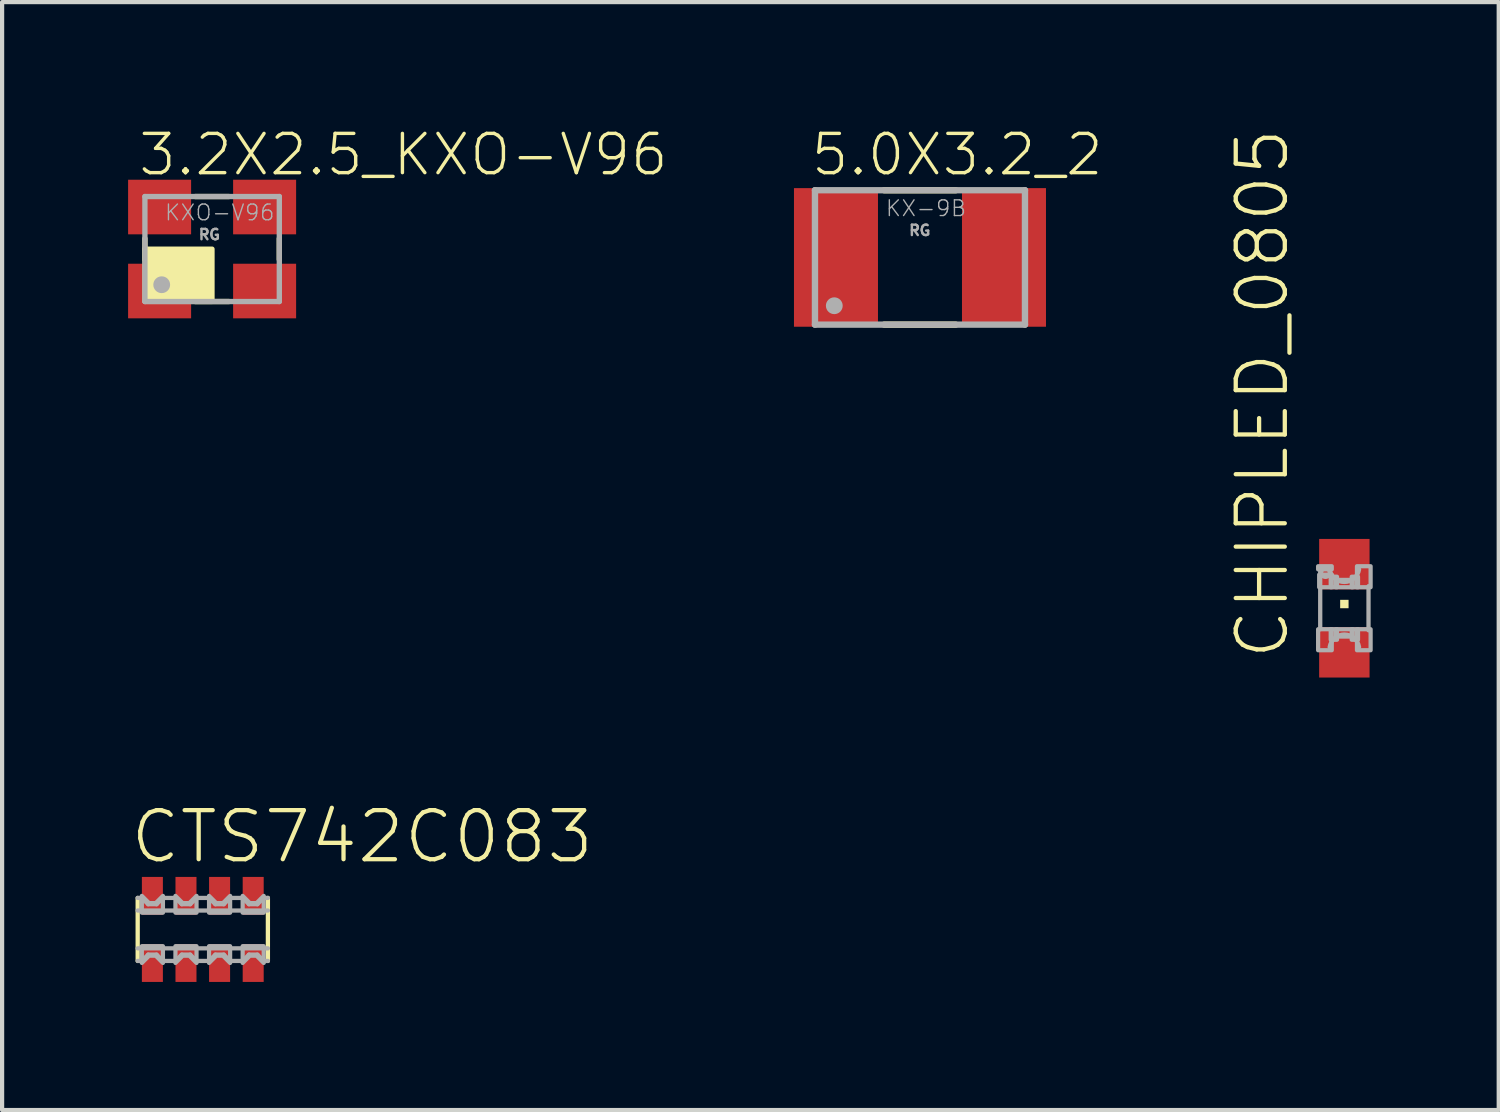
<source format=kicad_pcb>
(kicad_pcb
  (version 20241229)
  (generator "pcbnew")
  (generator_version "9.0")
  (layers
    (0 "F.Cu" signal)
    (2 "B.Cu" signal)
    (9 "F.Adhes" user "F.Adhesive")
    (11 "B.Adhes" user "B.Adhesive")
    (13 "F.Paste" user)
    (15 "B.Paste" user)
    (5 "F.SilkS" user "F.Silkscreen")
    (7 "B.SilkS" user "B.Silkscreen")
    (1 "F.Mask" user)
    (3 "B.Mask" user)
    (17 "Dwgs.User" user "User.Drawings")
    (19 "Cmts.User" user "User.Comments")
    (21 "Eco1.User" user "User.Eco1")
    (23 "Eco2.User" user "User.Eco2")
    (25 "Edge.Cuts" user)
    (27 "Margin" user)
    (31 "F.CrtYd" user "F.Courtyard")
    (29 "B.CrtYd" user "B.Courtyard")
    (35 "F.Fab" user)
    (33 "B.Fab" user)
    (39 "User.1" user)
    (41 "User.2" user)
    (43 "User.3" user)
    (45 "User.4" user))
  (footprint "CTS742C083"
    (layer "F.Cu")
    (at 1.778 19.078)
    (property "Reference" "CTS742C083" (at -1.778 -1.524 0) (layer "F.SilkS") (effects (font (size 1.168 1.168) (thickness 0.102)) (justify left bottom)))
    (fp_poly (pts (xy -1.5 1.3) (xy -0.9 1.3) (xy -0.9 0.3) (xy -1.5 0.3)) (stroke (width 0) (type solid)) (fill yes) (layer "F.Mask"))
    (fp_poly (pts (xy -0.9 -1.3) (xy -1.5 -1.3) (xy -1.5 -0.3) (xy -0.9 -0.3)) (stroke (width 0) (type solid)) (fill yes) (layer "F.Mask"))
    (fp_poly (pts (xy -0.7 1.3) (xy -0.1 1.3) (xy -0.1 0.3) (xy -0.7 0.3)) (stroke (width 0) (type solid)) (fill yes) (layer "F.Mask"))
    (fp_poly (pts (xy -0.1 -1.3) (xy -0.7 -1.3) (xy -0.7 -0.3) (xy -0.1 -0.3)) (stroke (width 0) (type solid)) (fill yes) (layer "F.Mask"))
    (fp_poly (pts (xy 0.1 1.3) (xy 0.7 1.3) (xy 0.7 0.3) (xy 0.1 0.3)) (stroke (width 0) (type solid)) (fill yes) (layer "F.Mask"))
    (fp_poly (pts (xy 0.7 -1.3) (xy 0.1 -1.3) (xy 0.1 -0.3) (xy 0.7 -0.3)) (stroke (width 0) (type solid)) (fill yes) (layer "F.Mask"))
    (fp_poly (pts (xy 0.9 1.3) (xy 1.5 1.3) (xy 1.5 0.3) (xy 0.9 0.3)) (stroke (width 0) (type solid)) (fill yes) (layer "F.Mask"))
    (fp_poly (pts (xy 1.5 -1.3) (xy 0.9 -1.3) (xy 0.9 -0.3) (xy 1.5 -0.3)) (stroke (width 0) (type solid)) (fill yes) (layer "F.Mask"))
    (fp_line (start -1.55 0.75) (end -1.55 -0.75) (stroke (width 0.102) (type solid)) (layer "F.SilkS"))
    (fp_line (start 1.55 -0.75) (end 1.55 0.75) (stroke (width 0.102) (type solid)) (layer "F.SilkS"))
    (fp_line (start -1.55 -0.75) (end -1.45 -0.75) (stroke (width 0.102) (type solid)) (layer "F.Fab"))
    (fp_line (start -1.55 -0.45) (end 1.55 -0.45) (stroke (width 0.102) (type solid)) (layer "F.Fab"))
    (fp_line (start -1.45 -0.75) (end -1.3 -0.6) (stroke (width 0.102) (type solid)) (layer "F.Fab"))
    (fp_line (start -1.45 0.75) (end -1.55 0.75) (stroke (width 0.102) (type solid)) (layer "F.Fab"))
    (fp_line (start -1.3 -0.6) (end -1.1 -0.6) (stroke (width 0.102) (type solid)) (layer "F.Fab"))
    (fp_line (start -1.3 0.6) (end -1.45 0.75) (stroke (width 0.102) (type solid)) (layer "F.Fab"))
    (fp_line (start -1.1 -0.6) (end -0.95 -0.75) (stroke (width 0.102) (type solid)) (layer "F.Fab"))
    (fp_line (start -1.1 0.6) (end -1.3 0.6) (stroke (width 0.102) (type solid)) (layer "F.Fab"))
    (fp_line (start -0.95 -0.75) (end -0.65 -0.75) (stroke (width 0.102) (type solid)) (layer "F.Fab"))
    (fp_line (start -0.95 0.75) (end -1.1 0.6) (stroke (width 0.102) (type solid)) (layer "F.Fab"))
    (fp_line (start -0.65 -0.75) (end -0.5 -0.6) (stroke (width 0.102) (type solid)) (layer "F.Fab"))
    (fp_line (start -0.65 0.75) (end -0.95 0.75) (stroke (width 0.102) (type solid)) (layer "F.Fab"))
    (fp_line (start -0.5 -0.6) (end -0.3 -0.6) (stroke (width 0.102) (type solid)) (layer "F.Fab"))
    (fp_line (start -0.5 0.6) (end -0.65 0.75) (stroke (width 0.102) (type solid)) (layer "F.Fab"))
    (fp_line (start -0.3 -0.6) (end -0.15 -0.75) (stroke (width 0.102) (type solid)) (layer "F.Fab"))
    (fp_line (start -0.3 0.6) (end -0.5 0.6) (stroke (width 0.102) (type solid)) (layer "F.Fab"))
    (fp_line (start -0.15 -0.75) (end 0.15 -0.75) (stroke (width 0.102) (type solid)) (layer "F.Fab"))
    (fp_line (start -0.15 0.75) (end -0.3 0.6) (stroke (width 0.102) (type solid)) (layer "F.Fab"))
    (fp_line (start 0.15 -0.75) (end 0.3 -0.6) (stroke (width 0.102) (type solid)) (layer "F.Fab"))
    (fp_line (start 0.15 0.75) (end -0.15 0.75) (stroke (width 0.102) (type solid)) (layer "F.Fab"))
    (fp_line (start 0.3 -0.6) (end 0.5 -0.6) (stroke (width 0.102) (type solid)) (layer "F.Fab"))
    (fp_line (start 0.3 0.6) (end 0.15 0.75) (stroke (width 0.102) (type solid)) (layer "F.Fab"))
    (fp_line (start 0.5 -0.6) (end 0.65 -0.75) (stroke (width 0.102) (type solid)) (layer "F.Fab"))
    (fp_line (start 0.5 0.6) (end 0.3 0.6) (stroke (width 0.102) (type solid)) (layer "F.Fab"))
    (fp_line (start 0.65 -0.75) (end 0.95 -0.75) (stroke (width 0.102) (type solid)) (layer "F.Fab"))
    (fp_line (start 0.65 0.75) (end 0.5 0.6) (stroke (width 0.102) (type solid)) (layer "F.Fab"))
    (fp_line (start 0.95 -0.75) (end 1.1 -0.6) (stroke (width 0.102) (type solid)) (layer "F.Fab"))
    (fp_line (start 0.95 0.75) (end 0.65 0.75) (stroke (width 0.102) (type solid)) (layer "F.Fab"))
    (fp_line (start 1.1 -0.6) (end 1.3 -0.6) (stroke (width 0.102) (type solid)) (layer "F.Fab"))
    (fp_line (start 1.1 0.6) (end 0.95 0.75) (stroke (width 0.102) (type solid)) (layer "F.Fab"))
    (fp_line (start 1.3 -0.6) (end 1.45 -0.75) (stroke (width 0.102) (type solid)) (layer "F.Fab"))
    (fp_line (start 1.3 0.6) (end 1.1 0.6) (stroke (width 0.102) (type solid)) (layer "F.Fab"))
    (fp_line (start 1.45 -0.75) (end 1.55 -0.75) (stroke (width 0.102) (type solid)) (layer "F.Fab"))
    (fp_line (start 1.45 0.75) (end 1.3 0.6) (stroke (width 0.102) (type solid)) (layer "F.Fab"))
    (fp_line (start 1.55 0.45) (end -1.55 0.45) (stroke (width 0.102) (type solid)) (layer "F.Fab"))
    (fp_line (start 1.55 0.75) (end 1.45 0.75) (stroke (width 0.102) (type solid)) (layer "F.Fab"))
    (fp_poly (pts (xy -0.949 -0.399) (xy -1.451 -0.399) (xy -1.451 -0.798) (xy -1.279 -0.626) (xy -1.121 -0.626) (xy -0.949 -0.798)) (stroke (width 0.1) (type solid)) (fill no) (layer "F.Fab"))
    (fp_poly (pts (xy -0.949 0.798) (xy -1.121 0.626) (xy -1.279 0.626) (xy -1.451 0.798) (xy -1.451 0.399) (xy -0.949 0.399)) (stroke (width 0.1) (type solid)) (fill no) (layer "F.Fab"))
    (fp_poly (pts (xy -0.149 -0.399) (xy -0.651 -0.399) (xy -0.651 -0.798) (xy -0.479 -0.626) (xy -0.321 -0.626) (xy -0.149 -0.798)) (stroke (width 0.1) (type solid)) (fill no) (layer "F.Fab"))
    (fp_poly (pts (xy -0.149 0.798) (xy -0.321 0.626) (xy -0.479 0.626) (xy -0.651 0.798) (xy -0.651 0.399) (xy -0.149 0.399)) (stroke (width 0.1) (type solid)) (fill no) (layer "F.Fab"))
    (fp_poly (pts (xy 0.651 -0.399) (xy 0.149 -0.399) (xy 0.149 -0.798) (xy 0.321 -0.626) (xy 0.479 -0.626) (xy 0.651 -0.798)) (stroke (width 0.1) (type solid)) (fill no) (layer "F.Fab"))
    (fp_poly (pts (xy 0.651 0.798) (xy 0.479 0.626) (xy 0.321 0.626) (xy 0.149 0.798) (xy 0.149 0.399) (xy 0.651 0.399)) (stroke (width 0.1) (type solid)) (fill no) (layer "F.Fab"))
    (fp_poly (pts (xy 1.451 -0.399) (xy 0.949 -0.399) (xy 0.949 -0.798) (xy 1.121 -0.626) (xy 1.279 -0.626) (xy 1.451 -0.798)) (stroke (width 0.1) (type solid)) (fill no) (layer "F.Fab"))
    (fp_poly (pts (xy 1.451 0.798) (xy 1.279 0.626) (xy 1.121 0.626) (xy 0.949 0.798) (xy 0.949 0.399) (xy 1.451 0.399)) (stroke (width 0.1) (type solid)) (fill no) (layer "F.Fab"))
    (pad "1" smd rect (at -1.2 0.8) (size 0.5 0.9) (layers "F.Cu" "F.Paste"))
    (pad "2" smd rect (at -0.4 0.8) (size 0.5 0.9) (layers "F.Cu" "F.Paste"))
    (pad "3" smd rect (at 0.4 0.8) (size 0.5 0.9) (layers "F.Cu" "F.Paste"))
    (pad "4" smd rect (at 1.2 0.8) (size 0.5 0.9) (layers "F.Cu" "F.Paste"))
    (pad "5" smd rect (at 1.2 -0.8) (size 0.5 0.9) (layers "F.Cu" "F.Paste"))
    (pad "6" smd rect (at 0.4 -0.8) (size 0.5 0.9) (layers "F.Cu" "F.Paste"))
    (pad "7" smd rect (at -0.4 -0.8) (size 0.5 0.9) (layers "F.Cu" "F.Paste"))
    (pad "8" smd rect (at -1.2 -0.8) (size 0.5 0.9) (layers "F.Cu" "F.Paste")))
  (footprint "5.0X3.2_2"
    (layer "F.Cu")
    (at 18.853 3.079)
    (property "Reference" "5.0X3.2_2" (at -2.64 -1.9 0) (layer "F.SilkS") (effects (font (size 0.935 0.935) (thickness 0.081)) (justify left bottom)))
    (fp_line (start -0.85 -1.6) (end 0.85 -1.6) (stroke (width 0.152) (type solid)) (layer "F.SilkS"))
    (fp_line (start -0.85 1.6) (end 0.85 1.6) (stroke (width 0.152) (type solid)) (layer "F.SilkS"))
    (fp_line (start -2.5 -1.6) (end -2.5 1.6) (stroke (width 0.152) (type solid)) (layer "F.Fab"))
    (fp_line (start -2.5 1.6) (end 2.5 1.6) (stroke (width 0.152) (type solid)) (layer "F.Fab"))
    (fp_line (start 2.5 -1.6) (end -2.5 -1.6) (stroke (width 0.152) (type solid)) (layer "F.Fab"))
    (fp_line (start 2.5 1.6) (end 2.5 -1.6) (stroke (width 0.152) (type solid)) (layer "F.Fab"))
    (fp_circle (center -2.04 1.15) (end -1.94 1.15) (stroke (width 0.2) (type solid)) (fill no) (layer "F.Fab"))
    (fp_text user "RG" (at -0.29 -0.5 0) (layer "F.Fab") (effects (font (size 0.247 0.247) (thickness 0.058)) (justify left bottom)))
    (fp_text user "KX-9B" (at -0.84 -0.95 0) (layer "F.Fab") (effects (font (size 0.374 0.374) (thickness 0.033)) (justify left bottom)))
    (pad "1" smd rect (at -2 0) (size 2 3.3) (layers "F.Cu" "F.Mask" "F.Paste"))
    (pad "2" smd rect (at 2 0) (size 2 3.3) (layers "F.Cu" "F.Mask" "F.Paste")))
  (footprint "3.2X2.5_KXO-V96"
    (layer "F.Cu")
    (at 2 2.879)
    (property "Reference" "3.2X2.5_KXO-V96" (at -1.8 -1.7 0) (layer "F.SilkS") (effects (font (size 0.935 0.935) (thickness 0.081)) (justify left bottom)))
    (fp_line (start -1.6 0) (end -1.6 -0.25) (stroke (width 0.127) (type solid)) (layer "F.SilkS"))
    (fp_line (start -1.6 0) (end -1.6 0.25) (stroke (width 0.127) (type solid)) (layer "F.SilkS"))
    (fp_line (start -0.4 -1.25) (end 0.4 -1.25) (stroke (width 0.127) (type solid)) (layer "F.SilkS"))
    (fp_line (start -0.4 1.25) (end 0.4 1.25) (stroke (width 0.127) (type solid)) (layer "F.SilkS"))
    (fp_line (start 1.6 -0.25) (end 1.6 0.25) (stroke (width 0.127) (type solid)) (layer "F.SilkS"))
    (fp_rect (start -1.6 0) (end 0 1.25) (stroke (width 0.12) (type solid)) (fill yes) (layer "F.SilkS"))
    (fp_line (start -1.6 -1.25) (end 1.6 -1.25) (stroke (width 0.127) (type solid)) (layer "F.Fab"))
    (fp_line (start -1.6 1.25) (end -1.6 -1.25) (stroke (width 0.127) (type solid)) (layer "F.Fab"))
    (fp_line (start 1.6 -1.25) (end 1.6 1.25) (stroke (width 0.127) (type solid)) (layer "F.Fab"))
    (fp_line (start 1.6 1.25) (end -1.6 1.25) (stroke (width 0.127) (type solid)) (layer "F.Fab"))
    (fp_circle (center -1.2 0.85) (end -1.1 0.85) (stroke (width 0.2) (type solid)) (fill no) (layer "F.Fab"))
    (fp_text user "KXO-V96" (at -1.15 -0.65 0) (layer "F.Fab") (effects (font (size 0.374 0.374) (thickness 0.033)) (justify left bottom)))
    (fp_text user "RG" (at -0.35 -0.2 0) (layer "F.Fab") (effects (font (size 0.247 0.247) (thickness 0.058)) (justify left bottom)))
    (pad "1" smd rect (at -1.25 1) (size 1.5 1.3) (layers "F.Cu" "F.Mask" "F.Paste"))
    (pad "2" smd rect (at 1.25 1) (size 1.5 1.3) (layers "F.Cu" "F.Mask" "F.Paste"))
    (pad "3" smd rect (at 1.25 -1) (size 1.5 1.3) (layers "F.Cu" "F.Mask" "F.Paste"))
    (pad "4" smd rect (at -1.25 -1) (size 1.5 1.3) (layers "F.Cu" "F.Mask" "F.Paste")))
  (footprint "CHIPLED_0805"
    (layer "F.Cu")
    (at 28.957 11.431)
    (property "Reference" "CHIPLED_0805" (at -1.27 1.27 90) (layer "F.SilkS") (effects (font (size 1.168 1.168) (thickness 0.102)) (justify left bottom)))
    (fp_poly (pts (xy -0.1 0) (xy 0.1 0) (xy 0.1 -0.2) (xy -0.1 -0.2)) (stroke (width 0) (type solid)) (fill yes) (layer "F.SilkS"))
    (fp_line (start -0.575 0.5) (end -0.575 -0.925) (stroke (width 0.102) (type solid)) (layer "F.Fab"))
    (fp_line (start 0.575 -0.525) (end 0.575 0.525) (stroke (width 0.102) (type solid)) (layer "F.Fab"))
    (fp_arc (start -0.35 0.925) (mid -0.000001 0.625027) (end 0.35 0.924998) (stroke (width 0.1016) (type solid)) (layer "F.Fab"))
    (fp_arc (start 0.35 -0.924998) (mid -0.000001 -0.625027) (end -0.35 -0.925) (stroke (width 0.1016) (type solid)) (layer "F.Fab"))
    (fp_circle (center -0.45 -0.85) (end -0.347 -0.85) (stroke (width 0.102) (type solid)) (fill no) (layer "F.Fab"))
    (fp_poly (pts (xy -0.625 -0.925) (xy -0.3 -0.925) (xy -0.3 -1) (xy -0.625 -1)) (stroke (width 0.1) (type solid)) (fill no) (layer "F.Fab"))
    (fp_poly (pts (xy -0.625 1) (xy -0.3 1) (xy -0.3 0.5) (xy -0.625 0.5)) (stroke (width 0.1) (type solid)) (fill no) (layer "F.Fab"))
    (fp_poly (pts (xy -0.6 -0.5) (xy -0.3 -0.5) (xy -0.3 -0.8) (xy -0.6 -0.8)) (stroke (width 0.1) (type solid)) (fill no) (layer "F.Fab"))
    (fp_poly (pts (xy -0.325 -0.5) (xy -0.175 -0.5) (xy -0.175 -0.75) (xy -0.325 -0.75)) (stroke (width 0.1) (type solid)) (fill no) (layer "F.Fab"))
    (fp_poly (pts (xy -0.325 0.75) (xy -0.175 0.75) (xy -0.175 0.5) (xy -0.325 0.5)) (stroke (width 0.1) (type solid)) (fill no) (layer "F.Fab"))
    (fp_poly (pts (xy -0.2 -0.5) (xy 0.2 -0.5) (xy 0.2 -0.675) (xy -0.2 -0.675)) (stroke (width 0.1) (type solid)) (fill no) (layer "F.Fab"))
    (fp_poly (pts (xy -0.2 0.675) (xy 0.2 0.675) (xy 0.2 0.5) (xy -0.2 0.5)) (stroke (width 0.1) (type solid)) (fill no) (layer "F.Fab"))
    (fp_poly (pts (xy 0.175 -0.5) (xy 0.325 -0.5) (xy 0.325 -0.75) (xy 0.175 -0.75)) (stroke (width 0.1) (type solid)) (fill no) (layer "F.Fab"))
    (fp_poly (pts (xy 0.175 0.75) (xy 0.325 0.75) (xy 0.325 0.5) (xy 0.175 0.5)) (stroke (width 0.1) (type solid)) (fill no) (layer "F.Fab"))
    (fp_poly (pts (xy 0.3 -0.5) (xy 0.625 -0.5) (xy 0.625 -1) (xy 0.3 -1)) (stroke (width 0.1) (type solid)) (fill no) (layer "F.Fab"))
    (fp_poly (pts (xy 0.3 1) (xy 0.625 1) (xy 0.625 0.5) (xy 0.3 0.5)) (stroke (width 0.1) (type solid)) (fill no) (layer "F.Fab"))
    (pad "A" smd rect (at 0 1.05) (size 1.2 1.2) (layers "F.Cu" "F.Mask" "F.Paste"))
    (pad "C" smd rect (at 0 -1.05) (size 1.2 1.2) (layers "F.Cu" "F.Mask" "F.Paste")))
  (gr_rect
    (start -3 -3)
    (end 32.632 23.378)
    (stroke (width 0.1) (type default))
    (fill no)
    (layer "Edge.Cuts")))
</source>
